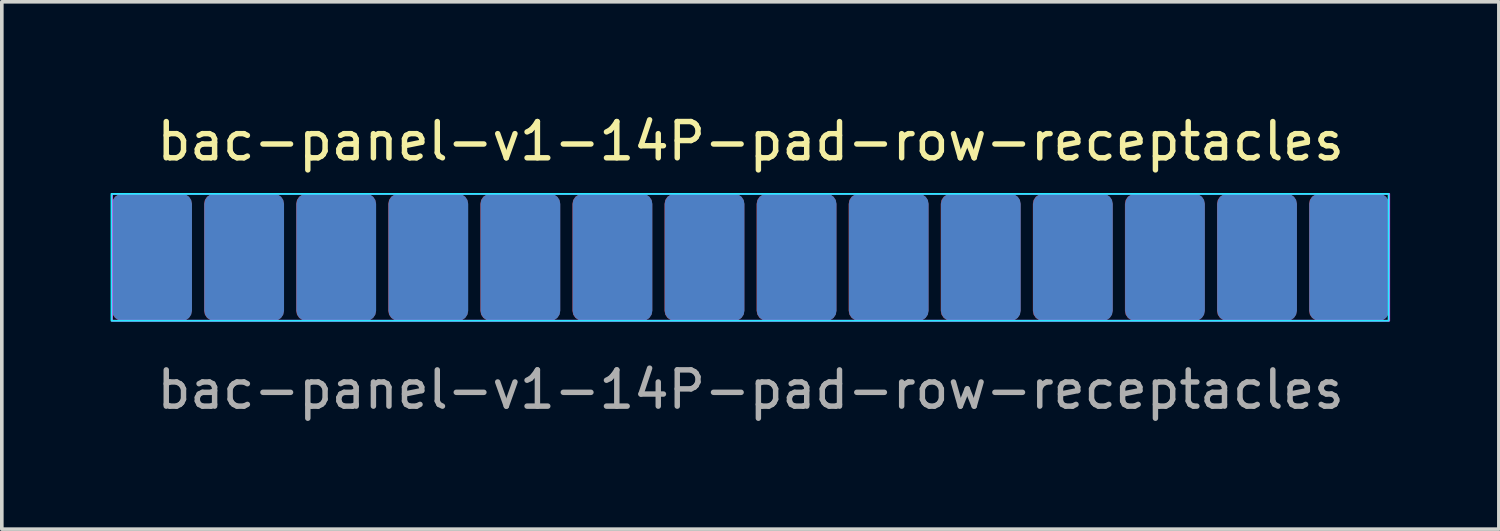
<source format=kicad_pcb>
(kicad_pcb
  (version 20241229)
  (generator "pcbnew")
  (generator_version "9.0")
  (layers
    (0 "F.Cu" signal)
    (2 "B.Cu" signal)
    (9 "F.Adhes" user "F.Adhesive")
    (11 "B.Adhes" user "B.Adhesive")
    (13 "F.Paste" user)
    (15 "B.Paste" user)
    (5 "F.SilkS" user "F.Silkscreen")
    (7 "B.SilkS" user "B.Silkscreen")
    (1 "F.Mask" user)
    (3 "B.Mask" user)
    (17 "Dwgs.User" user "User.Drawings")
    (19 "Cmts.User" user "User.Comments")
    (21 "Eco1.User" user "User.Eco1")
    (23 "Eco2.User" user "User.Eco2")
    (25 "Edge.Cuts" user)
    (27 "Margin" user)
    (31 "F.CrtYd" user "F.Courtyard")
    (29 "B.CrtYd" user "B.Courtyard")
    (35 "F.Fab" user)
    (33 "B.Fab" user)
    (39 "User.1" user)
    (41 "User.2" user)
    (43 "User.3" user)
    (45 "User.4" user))
  (footprint "bac-panel-v1-14P-pad-row-receptacles"
    (layer "F.Cu")
    (at 17.655 4.048)
    (property "Reference" "bac-panel-v1-14P-pad-row-receptacles" (at 0 -3.2 0) (unlocked yes) (layer "F.SilkS") (effects (font (size 1 1) (thickness 0.15))))
    (attr through_hole exclude_from_pos_files exclude_from_bom)
    (fp_poly (pts (arc (start -17.61 -0.025) (mid -17.529454 0.169454) (end -17.335 0.25)) (arc (start -15.7 0.25) (mid -15.505546 0.169454) (end -15.425 -0.025)) (arc (start -15.425 -1.475) (mid -15.505546 -1.669454) (end -15.7 -1.75)) (arc (start -17.335 -1.75) (mid -17.529454 -1.669454) (end -17.61 -1.475))) (stroke (width 0) (type solid)) (fill yes) (layer "F.Mask"))
    (fp_poly (pts (arc (start -15.07 -0.025) (mid -14.989454 0.169454) (end -14.795 0.25)) (arc (start -13.16 0.25) (mid -12.965546 0.169454) (end -12.885 -0.025)) (arc (start -12.885 -1.475) (mid -12.965546 -1.669454) (end -13.16 -1.75)) (arc (start -14.795 -1.75) (mid -14.989454 -1.669454) (end -15.07 -1.475))) (stroke (width 0) (type solid)) (fill yes) (layer "F.Mask"))
    (fp_poly (pts (arc (start -12.53 -0.025) (mid -12.449454 0.169454) (end -12.255 0.25)) (arc (start -10.62 0.25) (mid -10.425546 0.169454) (end -10.345 -0.025)) (arc (start -10.345 -1.475) (mid -10.425546 -1.669454) (end -10.62 -1.75)) (arc (start -12.255 -1.75) (mid -12.449454 -1.669454) (end -12.53 -1.475))) (stroke (width 0) (type solid)) (fill yes) (layer "F.Mask"))
    (fp_poly (pts (arc (start -9.99 -0.025) (mid -9.909454 0.169454) (end -9.715 0.25)) (arc (start -8.08 0.25) (mid -7.885546 0.169454) (end -7.805 -0.025)) (arc (start -7.805 -1.475) (mid -7.885546 -1.669454) (end -8.08 -1.75)) (arc (start -9.715 -1.75) (mid -9.909454 -1.669454) (end -9.99 -1.475))) (stroke (width 0) (type solid)) (fill yes) (layer "F.Mask"))
    (fp_poly (pts (arc (start -7.45 -0.025) (mid -7.369454 0.169454) (end -7.175 0.25)) (arc (start -5.54 0.25) (mid -5.345546 0.169454) (end -5.265 -0.025)) (arc (start -5.265 -1.475) (mid -5.345546 -1.669454) (end -5.54 -1.75)) (arc (start -7.175 -1.75) (mid -7.369454 -1.669454) (end -7.45 -1.475))) (stroke (width 0) (type solid)) (fill yes) (layer "F.Mask"))
    (fp_poly (pts (arc (start -4.91 -0.025) (mid -4.829454 0.169454) (end -4.635 0.25)) (arc (start -3 0.25) (mid -2.805546 0.169454) (end -2.725 -0.025)) (arc (start -2.725 -1.475) (mid -2.805546 -1.669454) (end -3 -1.75)) (arc (start -4.635 -1.75) (mid -4.829454 -1.669454) (end -4.91 -1.475))) (stroke (width 0) (type solid)) (fill yes) (layer "F.Mask"))
    (fp_poly (pts (arc (start -2.37 -0.025) (mid -2.289454 0.169454) (end -2.095 0.25)) (arc (start -0.46 0.25) (mid -0.265546 0.169454) (end -0.185 -0.025)) (arc (start -0.185 -1.475) (mid -0.265546 -1.669454) (end -0.46 -1.75)) (arc (start -2.095 -1.75) (mid -2.289454 -1.669454) (end -2.37 -1.475))) (stroke (width 0) (type solid)) (fill yes) (layer "F.Mask"))
    (fp_poly (pts (arc (start 0.17 -0.025) (mid 0.250546 0.169454) (end 0.445 0.25)) (arc (start 2.08 0.25) (mid 2.274454 0.169454) (end 2.355 -0.025)) (arc (start 2.355 -1.475) (mid 2.274454 -1.669454) (end 2.08 -1.75)) (arc (start 0.445 -1.75) (mid 0.250546 -1.669454) (end 0.17 -1.475))) (stroke (width 0) (type solid)) (fill yes) (layer "F.Mask"))
    (fp_poly (pts (arc (start 2.71 -0.025) (mid 2.790546 0.169454) (end 2.985 0.25)) (arc (start 4.62 0.25) (mid 4.814454 0.169454) (end 4.895 -0.025)) (arc (start 4.895 -1.475) (mid 4.814454 -1.669454) (end 4.62 -1.75)) (arc (start 2.985 -1.75) (mid 2.790546 -1.669454) (end 2.71 -1.475))) (stroke (width 0) (type solid)) (fill yes) (layer "F.Mask"))
    (fp_poly (pts (arc (start 5.25 -0.025) (mid 5.330546 0.169454) (end 5.525 0.25)) (arc (start 7.16 0.25) (mid 7.354454 0.169454) (end 7.435 -0.025)) (arc (start 7.435 -1.475) (mid 7.354454 -1.669454) (end 7.16 -1.75)) (arc (start 5.525 -1.75) (mid 5.330546 -1.669454) (end 5.25 -1.475))) (stroke (width 0) (type solid)) (fill yes) (layer "F.Mask"))
    (fp_poly (pts (arc (start 7.79 -0.025) (mid 7.870546 0.169454) (end 8.065 0.25)) (arc (start 9.7 0.25) (mid 9.894454 0.169454) (end 9.975 -0.025)) (arc (start 9.975 -1.475) (mid 9.894454 -1.669454) (end 9.7 -1.75)) (arc (start 8.065 -1.75) (mid 7.870546 -1.669454) (end 7.79 -1.475))) (stroke (width 0) (type solid)) (fill yes) (layer "F.Mask"))
    (fp_poly (pts (arc (start 10.33 -0.025) (mid 10.410546 0.169454) (end 10.605 0.25)) (arc (start 12.24 0.25) (mid 12.434454 0.169454) (end 12.515 -0.025)) (arc (start 12.515 -1.475) (mid 12.434454 -1.669454) (end 12.24 -1.75)) (arc (start 10.605 -1.75) (mid 10.410546 -1.669454) (end 10.33 -1.475))) (stroke (width 0) (type solid)) (fill yes) (layer "F.Mask"))
    (fp_poly (pts (arc (start 12.87 -0.025) (mid 12.950546 0.169454) (end 13.145 0.25)) (arc (start 14.78 0.25) (mid 14.974454 0.169454) (end 15.055 -0.025)) (arc (start 15.055 -1.475) (mid 14.974454 -1.669454) (end 14.78 -1.75)) (arc (start 13.145 -1.75) (mid 12.950546 -1.669454) (end 12.87 -1.475))) (stroke (width 0) (type solid)) (fill yes) (layer "F.Mask"))
    (fp_poly (pts (arc (start 15.41 -0.025) (mid 15.490546 0.169454) (end 15.685 0.25)) (arc (start 17.32 0.25) (mid 17.514454 0.169454) (end 17.595 -0.025)) (arc (start 17.595 -1.475) (mid 17.514454 -1.669454) (end 17.32 -1.75)) (arc (start 15.685 -1.75) (mid 15.490546 -1.669454) (end 15.41 -1.475))) (stroke (width 0) (type solid)) (fill yes) (layer "F.Mask"))
    (fp_poly (pts (arc (start -15.425 -0.025) (mid -15.505546 0.169454) (end -15.7 0.25)) (arc (start -17.335 0.25) (mid -17.529454 0.169454) (end -17.61 -0.025)) (arc (start -17.61 -1.475) (mid -17.529454 -1.669454) (end -17.335 -1.75)) (arc (start -15.7 -1.75) (mid -15.505546 -1.669454) (end -15.425 -1.475))) (stroke (width 0) (type solid)) (fill yes) (layer "B.Mask"))
    (fp_poly (pts (arc (start -12.885 -0.025) (mid -12.965546 0.169454) (end -13.16 0.25)) (arc (start -14.795 0.25) (mid -14.989454 0.169454) (end -15.07 -0.025)) (arc (start -15.07 -1.475) (mid -14.989454 -1.669454) (end -14.795 -1.75)) (arc (start -13.16 -1.75) (mid -12.965546 -1.669454) (end -12.885 -1.475))) (stroke (width 0) (type solid)) (fill yes) (layer "B.Mask"))
    (fp_poly (pts (arc (start -10.345 -0.025) (mid -10.425546 0.169454) (end -10.62 0.25)) (arc (start -12.255 0.25) (mid -12.449454 0.169454) (end -12.53 -0.025)) (arc (start -12.53 -1.475) (mid -12.449454 -1.669454) (end -12.255 -1.75)) (arc (start -10.62 -1.75) (mid -10.425546 -1.669454) (end -10.345 -1.475))) (stroke (width 0) (type solid)) (fill yes) (layer "B.Mask"))
    (fp_poly (pts (arc (start -7.805 -0.025) (mid -7.885546 0.169454) (end -8.08 0.25)) (arc (start -9.715 0.25) (mid -9.909454 0.169454) (end -9.99 -0.025)) (arc (start -9.99 -1.475) (mid -9.909454 -1.669454) (end -9.715 -1.75)) (arc (start -8.08 -1.75) (mid -7.885546 -1.669454) (end -7.805 -1.475))) (stroke (width 0) (type solid)) (fill yes) (layer "B.Mask"))
    (fp_poly (pts (arc (start -5.265 -0.025) (mid -5.345546 0.169454) (end -5.54 0.25)) (arc (start -7.175 0.25) (mid -7.369454 0.169454) (end -7.45 -0.025)) (arc (start -7.45 -1.475) (mid -7.369454 -1.669454) (end -7.175 -1.75)) (arc (start -5.54 -1.75) (mid -5.345546 -1.669454) (end -5.265 -1.475))) (stroke (width 0) (type solid)) (fill yes) (layer "B.Mask"))
    (fp_poly (pts (arc (start -2.725 -0.025) (mid -2.805546 0.169454) (end -3 0.25)) (arc (start -4.635 0.25) (mid -4.829454 0.169454) (end -4.91 -0.025)) (arc (start -4.91 -1.475) (mid -4.829454 -1.669454) (end -4.635 -1.75)) (arc (start -3 -1.75) (mid -2.805546 -1.669454) (end -2.725 -1.475))) (stroke (width 0) (type solid)) (fill yes) (layer "B.Mask"))
    (fp_poly (pts (arc (start -0.185 -0.025) (mid -0.265546 0.169454) (end -0.46 0.25)) (arc (start -2.095 0.25) (mid -2.289454 0.169454) (end -2.37 -0.025)) (arc (start -2.37 -1.475) (mid -2.289454 -1.669454) (end -2.095 -1.75)) (arc (start -0.46 -1.75) (mid -0.265546 -1.669454) (end -0.185 -1.475))) (stroke (width 0) (type solid)) (fill yes) (layer "B.Mask"))
    (fp_poly (pts (arc (start 2.355 -0.025) (mid 2.274454 0.169454) (end 2.08 0.25)) (arc (start 0.445 0.25) (mid 0.250546 0.169454) (end 0.17 -0.025)) (arc (start 0.17 -1.475) (mid 0.250546 -1.669454) (end 0.445 -1.75)) (arc (start 2.08 -1.75) (mid 2.274454 -1.669454) (end 2.355 -1.475))) (stroke (width 0) (type solid)) (fill yes) (layer "B.Mask"))
    (fp_poly (pts (arc (start 4.895 -0.025) (mid 4.814454 0.169454) (end 4.62 0.25)) (arc (start 2.985 0.25) (mid 2.790546 0.169454) (end 2.71 -0.025)) (arc (start 2.71 -1.475) (mid 2.790546 -1.669454) (end 2.985 -1.75)) (arc (start 4.62 -1.75) (mid 4.814454 -1.669454) (end 4.895 -1.475))) (stroke (width 0) (type solid)) (fill yes) (layer "B.Mask"))
    (fp_poly (pts (arc (start 7.435 -0.025) (mid 7.354454 0.169454) (end 7.16 0.25)) (arc (start 5.525 0.25) (mid 5.330546 0.169454) (end 5.25 -0.025)) (arc (start 5.25 -1.475) (mid 5.330546 -1.669454) (end 5.525 -1.75)) (arc (start 7.16 -1.75) (mid 7.354454 -1.669454) (end 7.435 -1.475))) (stroke (width 0) (type solid)) (fill yes) (layer "B.Mask"))
    (fp_poly (pts (arc (start 9.975 -0.025) (mid 9.894454 0.169454) (end 9.7 0.25)) (arc (start 8.065 0.25) (mid 7.870546 0.169454) (end 7.79 -0.025)) (arc (start 7.79 -1.475) (mid 7.870546 -1.669454) (end 8.065 -1.75)) (arc (start 9.7 -1.75) (mid 9.894454 -1.669454) (end 9.975 -1.475))) (stroke (width 0) (type solid)) (fill yes) (layer "B.Mask"))
    (fp_poly (pts (arc (start 12.515 -0.025) (mid 12.434454 0.169454) (end 12.24 0.25)) (arc (start 10.605 0.25) (mid 10.410546 0.169454) (end 10.33 -0.025)) (arc (start 10.33 -1.475) (mid 10.410546 -1.669454) (end 10.605 -1.75)) (arc (start 12.24 -1.75) (mid 12.434454 -1.669454) (end 12.515 -1.475))) (stroke (width 0) (type solid)) (fill yes) (layer "B.Mask"))
    (fp_poly (pts (arc (start 15.055 -0.025) (mid 14.974454 0.169454) (end 14.78 0.25)) (arc (start 13.145 0.25) (mid 12.950546 0.169454) (end 12.87 -0.025)) (arc (start 12.87 -1.475) (mid 12.950546 -1.669454) (end 13.145 -1.75)) (arc (start 14.78 -1.75) (mid 14.974454 -1.669454) (end 15.055 -1.475))) (stroke (width 0) (type solid)) (fill yes) (layer "B.Mask"))
    (fp_poly (pts (arc (start 17.595 -0.025) (mid 17.514454 0.169454) (end 17.32 0.25)) (arc (start 15.685 0.25) (mid 15.490546 0.169454) (end 15.41 -0.025)) (arc (start 15.41 -1.475) (mid 15.490546 -1.669454) (end 15.685 -1.75)) (arc (start 17.32 -1.75) (mid 17.514454 -1.669454) (end 17.595 -1.475))) (stroke (width 0) (type solid)) (fill yes) (layer "B.Mask"))
    (fp_rect (start -17.63 -1.75) (end 17.6 1.75) (stroke (width 0.05) (type solid)) (fill no) (layer "B.CrtYd"))
    (fp_rect (start -17.615 -1.75) (end 17.615 1.75) (stroke (width 0.05) (type solid)) (fill no) (layer "F.CrtYd"))
    (fp_text user "${REFERENCE}" (at 0 3.65 0) (unlocked yes) (layer "F.Fab") (effects (font (size 1 1) (thickness 0.15))))
    (pad "1" connect roundrect (at -16.515 0) (size 2.2 3.5) (layers "F.Cu") (roundrect_rratio 0.125))
    (pad "1" connect roundrect (at -16.51 0) (size 2.2 3.5) (layers "B.Cu") (roundrect_rratio 0.125))
    (pad "2" connect roundrect (at -13.975 0) (size 2.2 3.5) (layers "F.Cu") (roundrect_rratio 0.125))
    (pad "2" connect roundrect (at -13.97 0) (size 2.2 3.5) (layers "B.Cu") (roundrect_rratio 0.125))
    (pad "3" connect roundrect (at -11.435 0) (size 2.2 3.5) (layers "F.Cu") (roundrect_rratio 0.125))
    (pad "3" connect roundrect (at -11.43 0) (size 2.2 3.5) (layers "B.Cu") (roundrect_rratio 0.125))
    (pad "4" connect roundrect (at -8.895 0) (size 2.2 3.5) (layers "F.Cu") (roundrect_rratio 0.125))
    (pad "4" connect roundrect (at -8.89 0) (size 2.2 3.5) (layers "B.Cu") (roundrect_rratio 0.125))
    (pad "5" connect roundrect (at -6.355 0) (size 2.2 3.5) (layers "F.Cu") (roundrect_rratio 0.125))
    (pad "5" connect roundrect (at -6.35 0) (size 2.2 3.5) (layers "B.Cu") (roundrect_rratio 0.125))
    (pad "6" connect roundrect (at -3.815 0) (size 2.2 3.5) (layers "F.Cu") (roundrect_rratio 0.125))
    (pad "6" connect roundrect (at -3.81 0) (size 2.2 3.5) (layers "B.Cu") (roundrect_rratio 0.125))
    (pad "7" connect roundrect (at -1.275 0) (size 2.2 3.5) (layers "F.Cu") (roundrect_rratio 0.125))
    (pad "7" connect roundrect (at -1.27 0) (size 2.2 3.5) (layers "B.Cu") (roundrect_rratio 0.125))
    (pad "8" connect roundrect (at 1.265 0) (size 2.2 3.5) (layers "F.Cu") (roundrect_rratio 0.125))
    (pad "8" connect roundrect (at 1.27 0) (size 2.2 3.5) (layers "B.Cu") (roundrect_rratio 0.125))
    (pad "9" connect roundrect (at 3.805 0) (size 2.2 3.5) (layers "F.Cu") (roundrect_rratio 0.125))
    (pad "9" connect roundrect (at 3.81 0) (size 2.2 3.5) (layers "B.Cu") (roundrect_rratio 0.125))
    (pad "10" connect roundrect (at 6.345 0) (size 2.2 3.5) (layers "F.Cu") (roundrect_rratio 0.125))
    (pad "10" connect roundrect (at 6.35 0) (size 2.2 3.5) (layers "B.Cu") (roundrect_rratio 0.125))
    (pad "11" connect roundrect (at 8.885 0) (size 2.2 3.5) (layers "F.Cu") (roundrect_rratio 0.125))
    (pad "11" connect roundrect (at 8.89 0) (size 2.2 3.5) (layers "B.Cu") (roundrect_rratio 0.125))
    (pad "12" connect roundrect (at 11.425 0) (size 2.2 3.5) (layers "F.Cu") (roundrect_rratio 0.125))
    (pad "12" connect roundrect (at 11.43 0) (size 2.2 3.5) (layers "B.Cu") (roundrect_rratio 0.125))
    (pad "13" connect roundrect (at 13.965 0) (size 2.2 3.5) (layers "F.Cu") (roundrect_rratio 0.125))
    (pad "13" connect roundrect (at 13.97 0) (size 2.2 3.5) (layers "B.Cu") (roundrect_rratio 0.125))
    (pad "14" connect roundrect (at 16.505 0) (size 2.2 3.5) (layers "F.Cu") (roundrect_rratio 0.125))
    (pad "14" connect roundrect (at 16.51 0) (size 2.2 3.5) (layers "B.Cu") (roundrect_rratio 0.125)))
  (gr_rect
    (start -3 -3)
    (end 38.295 11.546)
    (stroke (width 0.1) (type default))
    (fill no)
    (layer "Edge.Cuts")))
</source>
